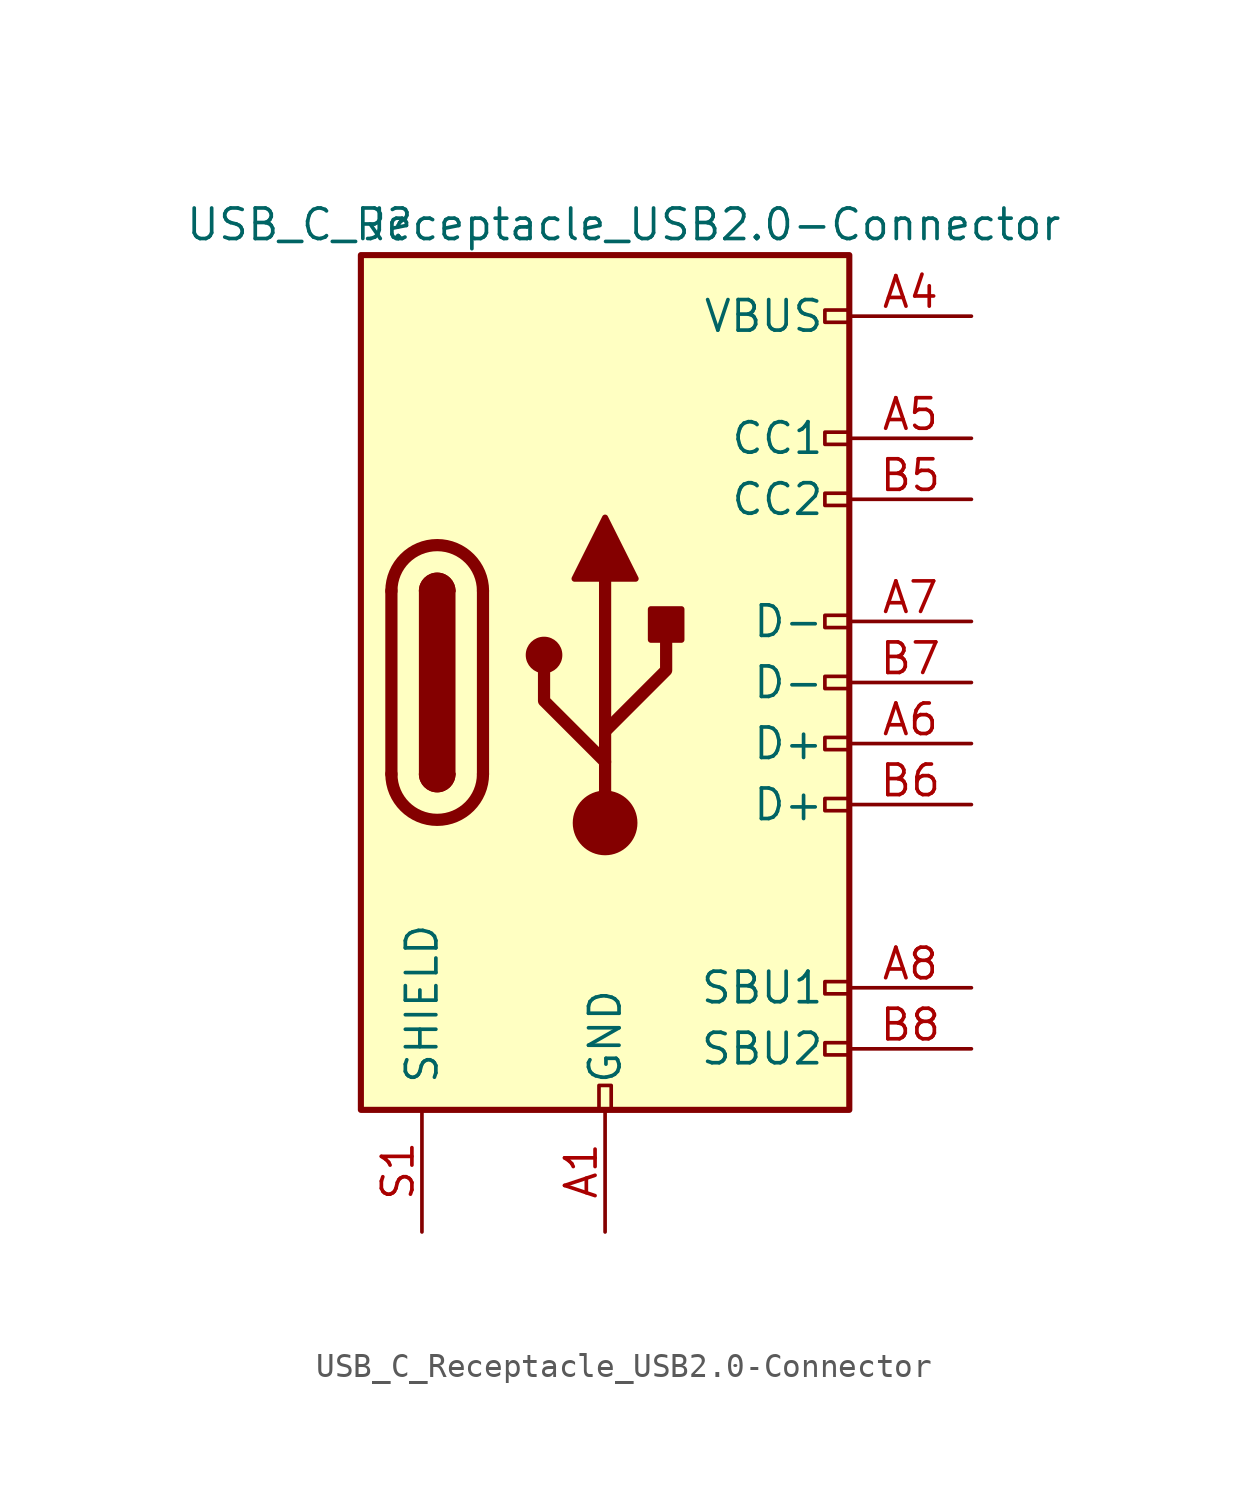
<source format=kicad_sym>
(kicad_symbol_lib
  (version 20211014)
  (generator kicad_symbol_editor)
  (symbol "USB_C_Receptacle_USB2.0-Connector"
    (pin_names
      (offset 1.016))
    (property "Reference" "J"
      (at -10.16 19.05 0)
      (effects (font (size 1.27 1.27)) (justify left)))
    (property "Value" "USB_C_Receptacle_USB2.0-Connector"
      (at 19.05 19.05 0)
      (effects (font (size 1.27 1.27)) (justify right)))
    (symbol "USB_C_Receptacle_USB2.0-Connector_0_0"
      (rectangle (start -0.254 -17.78) (end 0.254 -16.764) (stroke (width 0) (type default) (color 0 0 0 0)) (fill (type none)))
      (rectangle (start 10.16 -14.986) (end 9.144 -15.494) (stroke (width 0) (type default) (color 0 0 0 0)) (fill (type none)))
      (rectangle (start 10.16 -12.446) (end 9.144 -12.954) (stroke (width 0) (type default) (color 0 0 0 0)) (fill (type none)))
      (rectangle (start 10.16 -4.826) (end 9.144 -5.334) (stroke (width 0) (type default) (color 0 0 0 0)) (fill (type none)))
      (rectangle (start 10.16 -2.286) (end 9.144 -2.794) (stroke (width 0) (type default) (color 0 0 0 0)) (fill (type none)))
      (rectangle (start 10.16 0.254) (end 9.144 -0.254) (stroke (width 0) (type default) (color 0 0 0 0)) (fill (type none)))
      (rectangle (start 10.16 2.794) (end 9.144 2.286) (stroke (width 0) (type default) (color 0 0 0 0)) (fill (type none)))
      (rectangle (start 10.16 7.874) (end 9.144 7.366) (stroke (width 0) (type default) (color 0 0 0 0)) (fill (type none)))
      (rectangle (start 10.16 10.414) (end 9.144 9.906) (stroke (width 0) (type default) (color 0 0 0 0)) (fill (type none)))
      (rectangle (start 10.16 15.494) (end 9.144 14.986) (stroke (width 0) (type default) (color 0 0 0 0)) (fill (type none))))
    (symbol "USB_C_Receptacle_USB2.0-Connector_0_1"
      (rectangle (start -10.16 17.78) (end 10.16 -17.78) (stroke (width 0.254) (type default) (color 0 0 0 0)) (fill (type background)))
      (arc (start -8.89 -3.81) (mid -6.985 -5.715) (end -5.08 -3.81) (stroke (width 0.508) (type default) (color 0 0 0 0)) (fill (type none)))
      (arc (start -7.62 -3.81) (mid -6.985 -4.445) (end -6.35 -3.81) (stroke (width 0.254) (type default) (color 0 0 0 0)) (fill (type none)))
      (arc (start -7.62 -3.81) (mid -6.985 -4.445) (end -6.35 -3.81) (stroke (width 0.254) (type default) (color 0 0 0 0)) (fill (type outline)))
      (rectangle (start -7.62 -3.81) (end -6.35 3.81) (stroke (width 0.254) (type default) (color 0 0 0 0)) (fill (type outline)))
      (arc (start -6.35 3.81) (mid -6.985 4.445) (end -7.62 3.81) (stroke (width 0.254) (type default) (color 0 0 0 0)) (fill (type none)))
      (arc (start -6.35 3.81) (mid -6.985 4.445) (end -7.62 3.81) (stroke (width 0.254) (type default) (color 0 0 0 0)) (fill (type outline)))
      (arc (start -5.08 3.81) (mid -6.985 5.715) (end -8.89 3.81) (stroke (width 0.508) (type default) (color 0 0 0 0)) (fill (type none)))
      (circle (center -2.54 1.143) (radius 0.635) (stroke (width 0.254) (type default) (color 0 0 0 0)) (fill (type outline)))
      (circle (center 0 -5.842) (radius 1.27) (stroke (width 0) (type default) (color 0 0 0 0)) (fill (type outline)))
      (polyline (pts (xy -8.89 -3.81) (xy -8.89 3.81)) (stroke (width 0.508) (type default) (color 0 0 0 0)) (fill (type none)))
      (polyline (pts (xy -5.08 3.81) (xy -5.08 -3.81)) (stroke (width 0.508) (type default) (color 0 0 0 0)) (fill (type none)))
      (polyline (pts (xy 0 -5.842) (xy 0 4.318)) (stroke (width 0.508) (type default) (color 0 0 0 0)) (fill (type none)))
      (polyline (pts (xy 0 -3.302) (xy -2.54 -0.762) (xy -2.54 0.508)) (stroke (width 0.508) (type default) (color 0 0 0 0)) (fill (type none)))
      (polyline (pts (xy 0 -2.032) (xy 2.54 0.508) (xy 2.54 1.778)) (stroke (width 0.508) (type default) (color 0 0 0 0)) (fill (type none)))
      (polyline (pts (xy -1.27 4.318) (xy 0 6.858) (xy 1.27 4.318) (xy -1.27 4.318)) (stroke (width 0.254) (type default) (color 0 0 0 0)) (fill (type outline)))
      (rectangle (start 1.905 1.778) (end 3.175 3.048) (stroke (width 0.254) (type default) (color 0 0 0 0)) (fill (type outline))))
    (symbol "USB_C_Receptacle_USB2.0-Connector_1_1"
      (pin power_in line (at 0 -22.86 90) (length 5.08) (name "GND" (effects (font (size 1.27 1.27)))) (number "A1" (effects (font (size 1.27 1.27)))))
      (pin passive line (at 0 -22.86 90) (length 5.08) hide (name "GND" (effects (font (size 1.27 1.27)))) (number "A12" (effects (font (size 1.27 1.27)))))
      (pin power_in line (at 15.24 15.24 180) (length 5.08) (name "VBUS" (effects (font (size 1.27 1.27)))) (number "A4" (effects (font (size 1.27 1.27)))))
      (pin bidirectional line (at 15.24 10.16 180) (length 5.08) (name "CC1" (effects (font (size 1.27 1.27)))) (number "A5" (effects (font (size 1.27 1.27)))))
      (pin bidirectional line (at 15.24 -2.54 180) (length 5.08) (name "D+" (effects (font (size 1.27 1.27)))) (number "A6" (effects (font (size 1.27 1.27)))))
      (pin bidirectional line (at 15.24 2.54 180) (length 5.08) (name "D-" (effects (font (size 1.27 1.27)))) (number "A7" (effects (font (size 1.27 1.27)))))
      (pin bidirectional line (at 15.24 -12.7 180) (length 5.08) (name "SBU1" (effects (font (size 1.27 1.27)))) (number "A8" (effects (font (size 1.27 1.27)))))
      (pin passive line (at 15.24 15.24 180) (length 5.08) hide (name "VBUS" (effects (font (size 1.27 1.27)))) (number "A9" (effects (font (size 1.27 1.27)))))
      (pin passive line (at 0 -22.86 90) (length 5.08) hide (name "GND" (effects (font (size 1.27 1.27)))) (number "B1" (effects (font (size 1.27 1.27)))))
      (pin passive line (at 0 -22.86 90) (length 5.08) hide (name "GND" (effects (font (size 1.27 1.27)))) (number "B12" (effects (font (size 1.27 1.27)))))
      (pin passive line (at 15.24 15.24 180) (length 5.08) hide (name "VBUS" (effects (font (size 1.27 1.27)))) (number "B4" (effects (font (size 1.27 1.27)))))
      (pin bidirectional line (at 15.24 7.62 180) (length 5.08) (name "CC2" (effects (font (size 1.27 1.27)))) (number "B5" (effects (font (size 1.27 1.27)))))
      (pin bidirectional line (at 15.24 -5.08 180) (length 5.08) (name "D+" (effects (font (size 1.27 1.27)))) (number "B6" (effects (font (size 1.27 1.27)))))
      (pin bidirectional line (at 15.24 0 180) (length 5.08) (name "D-" (effects (font (size 1.27 1.27)))) (number "B7" (effects (font (size 1.27 1.27)))))
      (pin bidirectional line (at 15.24 -15.24 180) (length 5.08) (name "SBU2" (effects (font (size 1.27 1.27)))) (number "B8" (effects (font (size 1.27 1.27)))))
      (pin passive line (at 15.24 15.24 180) (length 5.08) hide (name "VBUS" (effects (font (size 1.27 1.27)))) (number "B9" (effects (font (size 1.27 1.27)))))
      (pin passive line (at -7.62 -22.86 90) (length 5.08) (name "SHIELD" (effects (font (size 1.27 1.27)))) (number "S1" (effects (font (size 1.27 1.27))))))))
</source>
